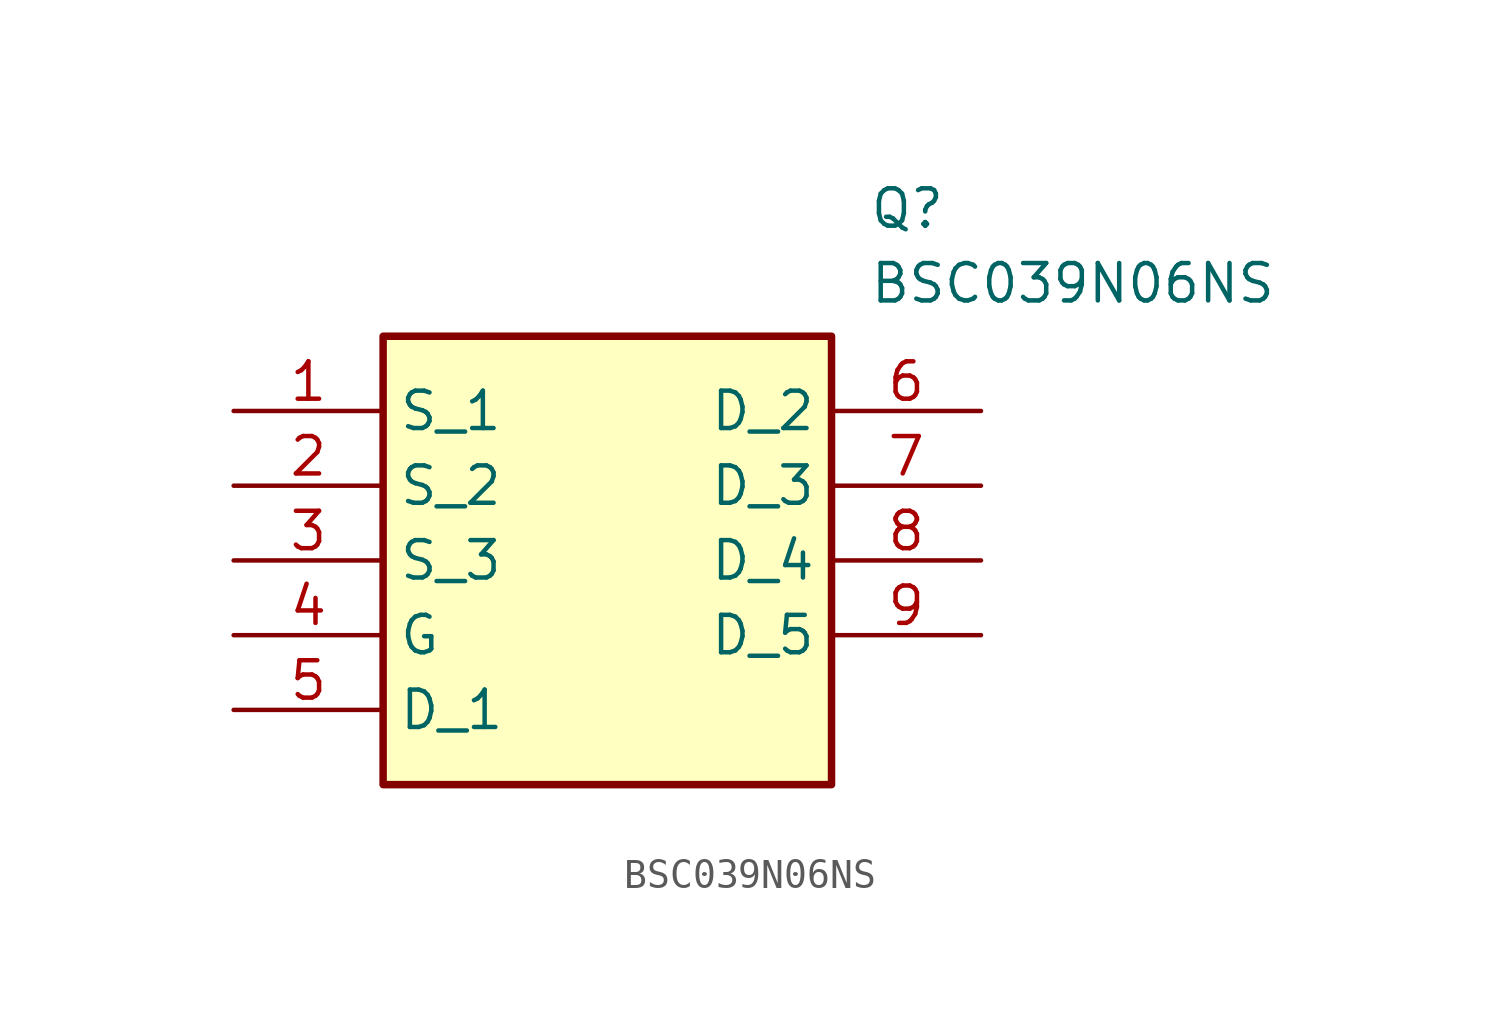
<source format=kicad_sym>
(kicad_symbol_lib
  (version 20211014)
  (generator SamacSys_ECAD_Model)
  (symbol "BSC039N06NS"
    (property "Reference" "Q"
      (at 21.59 7.62 0)
      (effects (font (size 1.27 1.27)) (justify left top)))
    (property "Value" "BSC039N06NS"
      (at 21.59 5.08 0)
      (effects (font (size 1.27 1.27)) (justify left top)))
    (rectangle
      (start 5.08 2.54)
      (end 20.32 -12.7)
      (stroke (width 0.254) (type default))
      (fill (type background)))
    (pin passive line
      (at 0 0 0)
      (length 5.08)
      (name "S_1" (effects (font (size 1.27 1.27))))
      (number "1" (effects (font (size 1.27 1.27)))))
    (pin passive line
      (at 0 -2.54 0)
      (length 5.08)
      (name "S_2" (effects (font (size 1.27 1.27))))
      (number "2" (effects (font (size 1.27 1.27)))))
    (pin passive line
      (at 0 -5.08 0)
      (length 5.08)
      (name "S_3" (effects (font (size 1.27 1.27))))
      (number "3" (effects (font (size 1.27 1.27)))))
    (pin passive line
      (at 0 -7.62 0)
      (length 5.08)
      (name "G" (effects (font (size 1.27 1.27))))
      (number "4" (effects (font (size 1.27 1.27)))))
    (pin passive line
      (at 0 -10.16 0)
      (length 5.08)
      (name "D_1" (effects (font (size 1.27 1.27))))
      (number "5" (effects (font (size 1.27 1.27)))))
    (pin passive line
      (at 25.4 0 180)
      (length 5.08)
      (name "D_2" (effects (font (size 1.27 1.27))))
      (number "6" (effects (font (size 1.27 1.27)))))
    (pin passive line
      (at 25.4 -2.54 180)
      (length 5.08)
      (name "D_3" (effects (font (size 1.27 1.27))))
      (number "7" (effects (font (size 1.27 1.27)))))
    (pin passive line
      (at 25.4 -5.08 180)
      (length 5.08)
      (name "D_4" (effects (font (size 1.27 1.27))))
      (number "8" (effects (font (size 1.27 1.27)))))
    (pin passive line
      (at 25.4 -7.62 180)
      (length 5.08)
      (name "D_5" (effects (font (size 1.27 1.27))))
      (number "9" (effects (font (size 1.27 1.27)))))))
</source>
